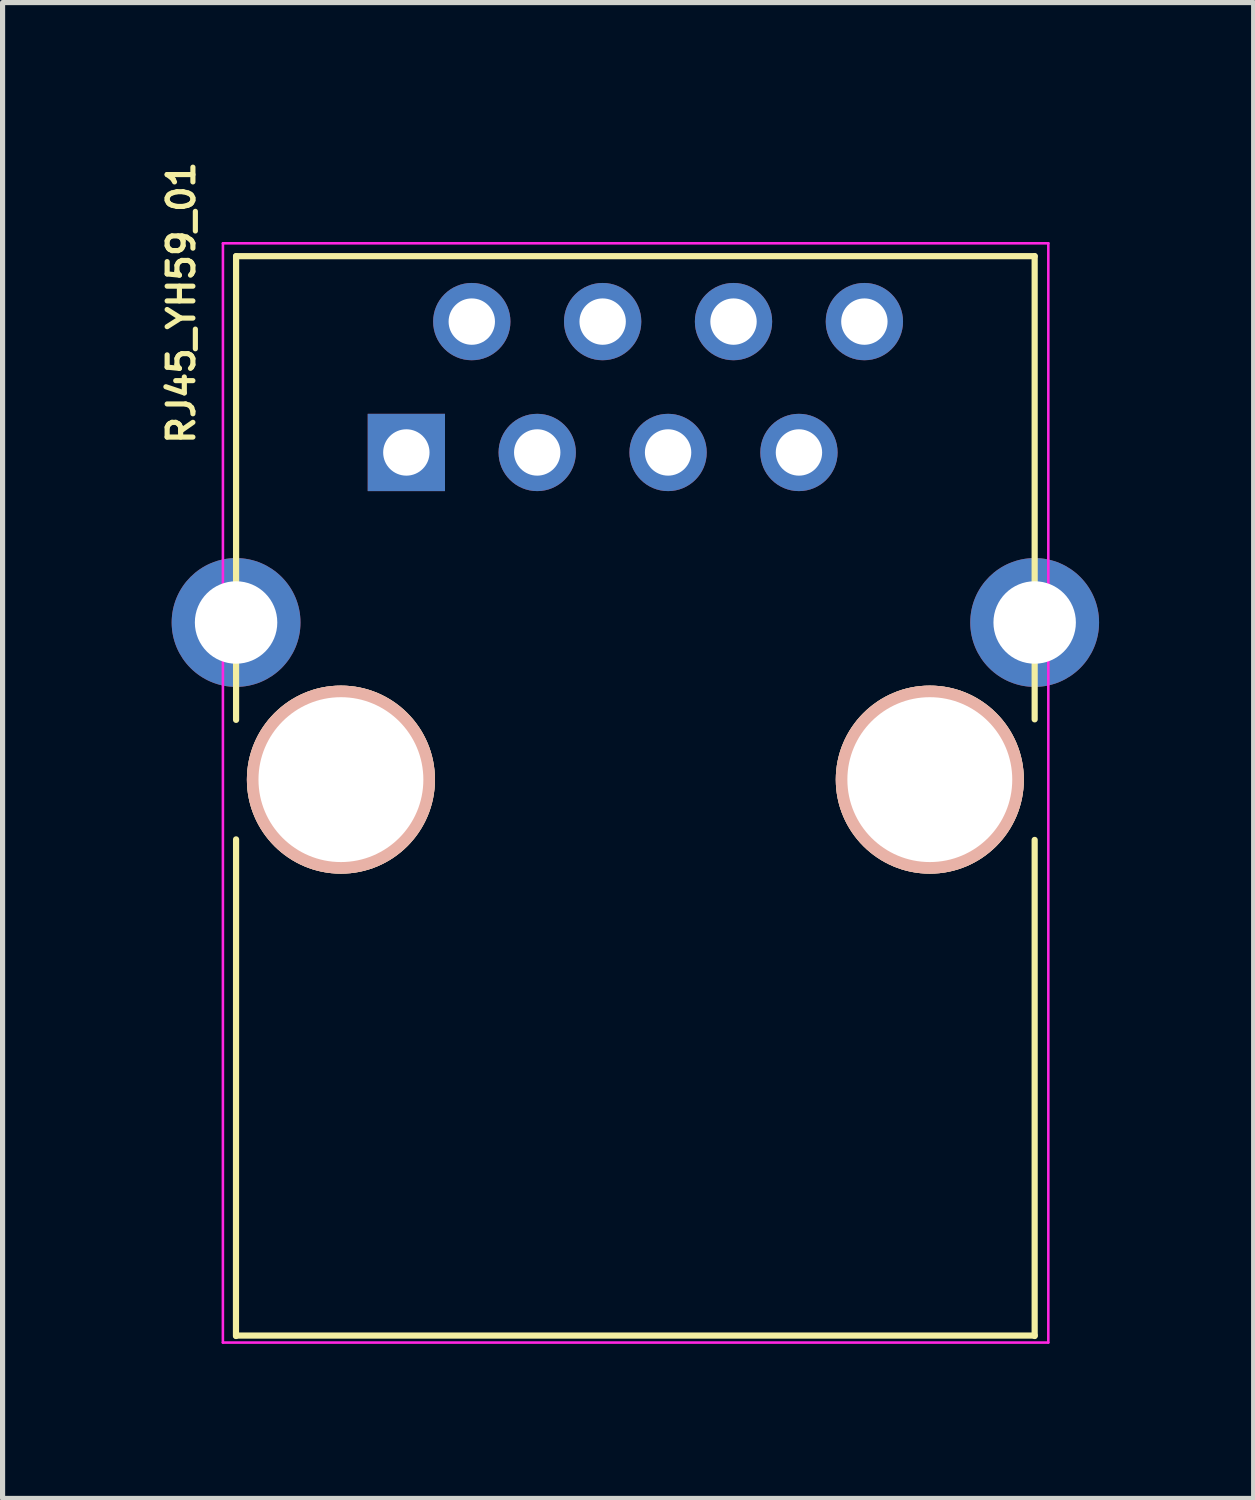
<source format=kicad_pcb>
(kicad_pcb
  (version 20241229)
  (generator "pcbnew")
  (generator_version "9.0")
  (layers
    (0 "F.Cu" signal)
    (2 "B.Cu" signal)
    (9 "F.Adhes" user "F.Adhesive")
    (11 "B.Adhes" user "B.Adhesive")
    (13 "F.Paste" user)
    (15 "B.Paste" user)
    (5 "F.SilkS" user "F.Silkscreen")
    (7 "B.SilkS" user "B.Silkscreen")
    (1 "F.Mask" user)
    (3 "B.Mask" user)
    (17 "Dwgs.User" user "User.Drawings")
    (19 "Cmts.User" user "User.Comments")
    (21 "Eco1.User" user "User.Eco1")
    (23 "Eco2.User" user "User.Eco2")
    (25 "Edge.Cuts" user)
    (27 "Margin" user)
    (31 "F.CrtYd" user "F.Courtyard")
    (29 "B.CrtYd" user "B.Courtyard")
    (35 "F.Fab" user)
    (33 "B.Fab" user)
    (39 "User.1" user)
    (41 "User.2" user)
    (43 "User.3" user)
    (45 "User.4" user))
  (footprint "RJ45_YH59_01"
    (layer "F.Cu")
    (at 4.832 5.736)
    (property "Reference" "RJ45_YH59_01" (at -4.364 -2.91 270) (layer "F.SilkS") (effects (font (size 0.5 0.5) (thickness 0.1))))
    (attr through_hole)
    (fp_line (start -3.3 -3.814) (end -3.3 5.186) (stroke (width 0.12) (type solid)) (layer "F.SilkS"))
    (fp_line (start -3.3 7.506) (end -3.302 17.145) (stroke (width 0.12) (type solid)) (layer "F.SilkS"))
    (fp_line (start -3.3 17.136) (end 12.2 17.136) (stroke (width 0.12) (type solid)) (layer "F.SilkS"))
    (fp_line (start 12.2 -3.814) (end -3.3 -3.814) (stroke (width 0.12) (type solid)) (layer "F.SilkS"))
    (fp_line (start 12.2 -3.814) (end 12.2 5.176) (stroke (width 0.12) (type solid)) (layer "F.SilkS"))
    (fp_line (start 12.2 7.516) (end 12.2 17.145) (stroke (width 0.12) (type solid)) (layer "F.SilkS"))
    (fp_line (start -3.555 -4.064) (end -3.556 17.272) (stroke (width 0.05) (type solid)) (layer "F.CrtYd"))
    (fp_line (start -3.555 -4.064) (end 12.465 -4.064) (stroke (width 0.05) (type solid)) (layer "F.CrtYd"))
    (fp_line (start 12.464 17.272) (end -3.556 17.272) (stroke (width 0.05) (type solid)) (layer "F.CrtYd"))
    (fp_line (start 12.465 17.272) (end 12.465 -4.064) (stroke (width 0.05) (type solid)) (layer "F.CrtYd"))
    (pad "" np_thru_hole circle (at -1.265 6.346) (size 3.65 3.65) (drill 3.2) (layers "*.Cu" "*.SilkS" "*.Mask"))
    (pad "" np_thru_hole circle (at 10.165 6.346) (size 3.65 3.65) (drill 3.2) (layers "*.Cu" "*.SilkS" "*.Mask"))
    (pad "1" thru_hole rect (at 0.005 -0.004) (size 1.5 1.5) (drill 0.9) (layers "*.Cu" "*.Mask"))
    (pad "2" thru_hole circle (at 1.275 -2.544) (size 1.5 1.5) (drill 0.9) (layers "*.Cu" "*.Mask"))
    (pad "3" thru_hole circle (at 2.545 -0.004) (size 1.5 1.5) (drill 0.9) (layers "*.Cu" "*.Mask"))
    (pad "4" thru_hole circle (at 3.815 -2.544) (size 1.5 1.5) (drill 0.9) (layers "*.Cu" "*.Mask"))
    (pad "5" thru_hole circle (at 5.085 -0.004) (size 1.5 1.5) (drill 0.9) (layers "*.Cu" "*.Mask"))
    (pad "6" thru_hole circle (at 6.355 -2.544) (size 1.5 1.5) (drill 0.9) (layers "*.Cu" "*.Mask"))
    (pad "7" thru_hole circle (at 7.625 -0.004) (size 1.5 1.5) (drill 0.9) (layers "*.Cu" "*.Mask"))
    (pad "8" thru_hole circle (at 8.895 -2.544) (size 1.5 1.5) (drill 0.9) (layers "*.Cu" "*.Mask"))
    (pad "9" thru_hole circle (at -3.3 3.296) (size 2.5 2.5) (drill 1.6) (layers "*.Cu" "*.Mask"))
    (pad "9" thru_hole circle (at 12.2 3.296) (size 2.5 2.5) (drill 1.6) (layers "*.Cu" "*.Mask")))
  (gr_rect
    (start -3 -3)
    (end 21.282 26.033)
    (stroke (width 0.1) (type default))
    (fill no)
    (layer "Edge.Cuts")))
</source>
